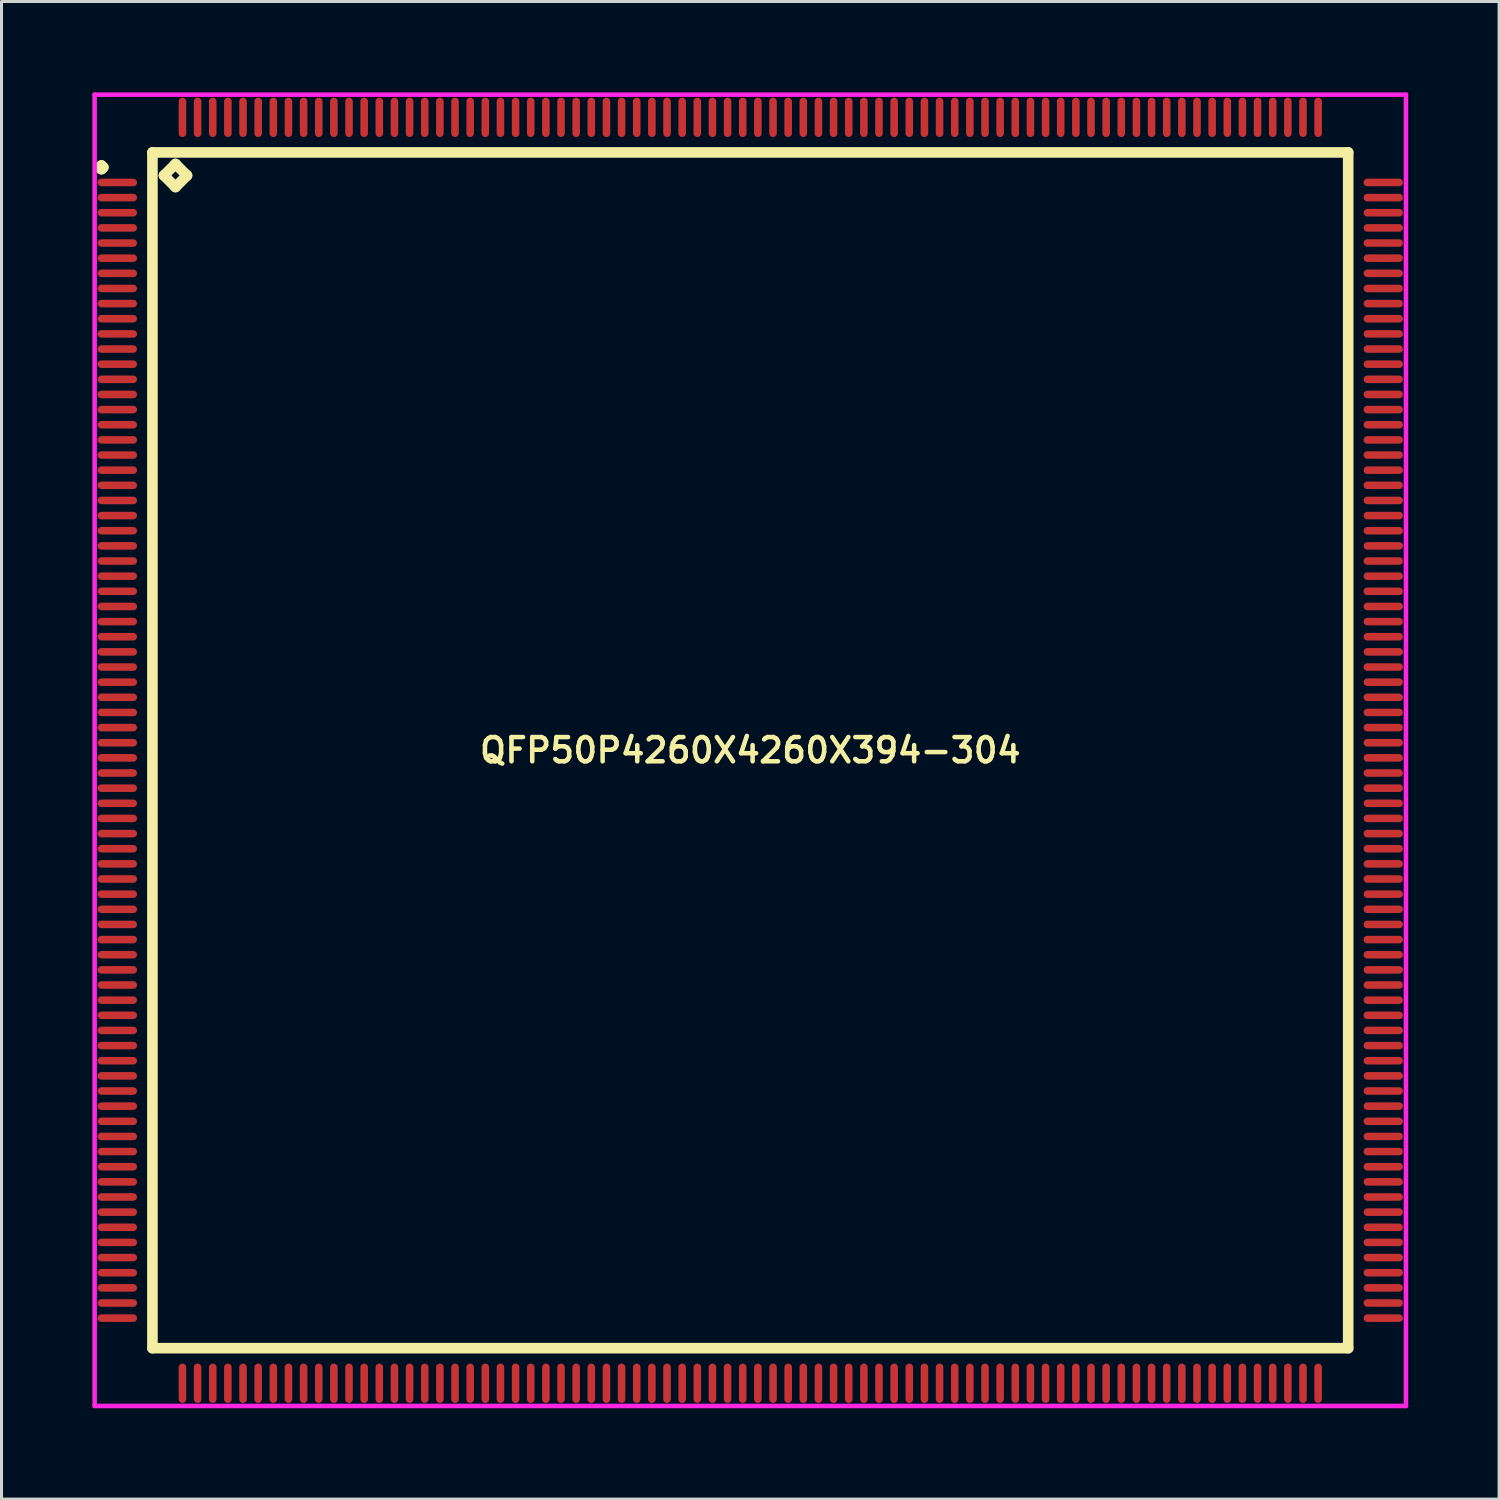
<source format=kicad_pcb>
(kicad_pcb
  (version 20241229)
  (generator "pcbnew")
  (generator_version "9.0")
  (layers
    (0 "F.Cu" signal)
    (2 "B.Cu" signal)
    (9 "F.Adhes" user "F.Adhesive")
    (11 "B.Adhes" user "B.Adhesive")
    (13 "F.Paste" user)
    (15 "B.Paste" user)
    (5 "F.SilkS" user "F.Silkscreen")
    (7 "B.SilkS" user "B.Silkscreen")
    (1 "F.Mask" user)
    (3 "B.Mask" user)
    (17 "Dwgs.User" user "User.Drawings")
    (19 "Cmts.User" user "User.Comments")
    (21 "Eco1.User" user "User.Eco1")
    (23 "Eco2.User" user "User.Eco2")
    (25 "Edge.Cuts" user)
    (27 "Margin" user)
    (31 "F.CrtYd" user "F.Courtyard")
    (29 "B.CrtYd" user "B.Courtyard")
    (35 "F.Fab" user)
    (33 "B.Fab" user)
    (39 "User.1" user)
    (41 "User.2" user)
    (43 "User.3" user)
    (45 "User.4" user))
  (footprint "QFP50P4260X4260X394-304"
    (layer "F.Cu")
    (at 21.725 21.725)
    (property "Reference" "QFP50P4260X4260X394-304" (at 0 0 0) (layer "F.SilkS") (effects (font (size 0.8 0.8) (thickness 0.15))))
    (attr smd)
    (fp_line (start -21.488 -19.25) (end -21.425 -19.312) (stroke (width 0.35) (type solid)) (layer "F.SilkS"))
    (fp_line (start -21.425 -19.312) (end -21.363 -19.25) (stroke (width 0.35) (type solid)) (layer "F.SilkS"))
    (fp_line (start -21.425 -19.188) (end -21.488 -19.25) (stroke (width 0.35) (type solid)) (layer "F.SilkS"))
    (fp_line (start -21.363 -19.25) (end -21.425 -19.188) (stroke (width 0.35) (type solid)) (layer "F.SilkS"))
    (fp_line (start -19.742 -19.742) (end -19.742 19.742) (stroke (width 0.35) (type solid)) (layer "F.SilkS"))
    (fp_line (start -19.742 19.742) (end 19.742 19.742) (stroke (width 0.35) (type solid)) (layer "F.SilkS"))
    (fp_line (start -19.361 -18.98) (end -18.98 -19.361) (stroke (width 0.35) (type solid)) (layer "F.SilkS"))
    (fp_line (start -18.98 -19.361) (end -18.599 -18.98) (stroke (width 0.35) (type solid)) (layer "F.SilkS"))
    (fp_line (start -18.98 -18.599) (end -19.361 -18.98) (stroke (width 0.35) (type solid)) (layer "F.SilkS"))
    (fp_line (start -18.599 -18.98) (end -18.98 -18.599) (stroke (width 0.35) (type solid)) (layer "F.SilkS"))
    (fp_line (start 19.742 -19.742) (end -19.742 -19.742) (stroke (width 0.35) (type solid)) (layer "F.SilkS"))
    (fp_line (start 19.742 19.742) (end 19.742 -19.742) (stroke (width 0.35) (type solid)) (layer "F.SilkS"))
    (fp_line (start -21.65 -21.65) (end 21.65 -21.65) (stroke (width 0.15) (type solid)) (layer "F.CrtYd"))
    (fp_line (start -21.65 21.65) (end -21.65 -21.65) (stroke (width 0.15) (type solid)) (layer "F.CrtYd"))
    (fp_line (start 21.65 -21.65) (end 21.65 21.65) (stroke (width 0.15) (type solid)) (layer "F.CrtYd"))
    (fp_line (start 21.65 21.65) (end -21.65 21.65) (stroke (width 0.15) (type solid)) (layer "F.CrtYd"))
    (pad "1" smd oval (at -20.9 -18.75) (size 1.3 0.25) (layers "F.Cu" "F.Mask" "F.Paste"))
    (pad "2" smd oval (at -20.9 -18.25) (size 1.3 0.25) (layers "F.Cu" "F.Mask" "F.Paste"))
    (pad "3" smd oval (at -20.9 -17.75) (size 1.3 0.25) (layers "F.Cu" "F.Mask" "F.Paste"))
    (pad "4" smd oval (at -20.9 -17.25) (size 1.3 0.25) (layers "F.Cu" "F.Mask" "F.Paste"))
    (pad "5" smd oval (at -20.9 -16.75) (size 1.3 0.25) (layers "F.Cu" "F.Mask" "F.Paste"))
    (pad "6" smd oval (at -20.9 -16.25) (size 1.3 0.25) (layers "F.Cu" "F.Mask" "F.Paste"))
    (pad "7" smd oval (at -20.9 -15.75) (size 1.3 0.25) (layers "F.Cu" "F.Mask" "F.Paste"))
    (pad "8" smd oval (at -20.9 -15.25) (size 1.3 0.25) (layers "F.Cu" "F.Mask" "F.Paste"))
    (pad "9" smd oval (at -20.9 -14.75) (size 1.3 0.25) (layers "F.Cu" "F.Mask" "F.Paste"))
    (pad "10" smd oval (at -20.9 -14.25) (size 1.3 0.25) (layers "F.Cu" "F.Mask" "F.Paste"))
    (pad "11" smd oval (at -20.9 -13.75) (size 1.3 0.25) (layers "F.Cu" "F.Mask" "F.Paste"))
    (pad "12" smd oval (at -20.9 -13.25) (size 1.3 0.25) (layers "F.Cu" "F.Mask" "F.Paste"))
    (pad "13" smd oval (at -20.9 -12.75) (size 1.3 0.25) (layers "F.Cu" "F.Mask" "F.Paste"))
    (pad "14" smd oval (at -20.9 -12.25) (size 1.3 0.25) (layers "F.Cu" "F.Mask" "F.Paste"))
    (pad "15" smd oval (at -20.9 -11.75) (size 1.3 0.25) (layers "F.Cu" "F.Mask" "F.Paste"))
    (pad "16" smd oval (at -20.9 -11.25) (size 1.3 0.25) (layers "F.Cu" "F.Mask" "F.Paste"))
    (pad "17" smd oval (at -20.9 -10.75) (size 1.3 0.25) (layers "F.Cu" "F.Mask" "F.Paste"))
    (pad "18" smd oval (at -20.9 -10.25) (size 1.3 0.25) (layers "F.Cu" "F.Mask" "F.Paste"))
    (pad "19" smd oval (at -20.9 -9.75) (size 1.3 0.25) (layers "F.Cu" "F.Mask" "F.Paste"))
    (pad "20" smd oval (at -20.9 -9.25) (size 1.3 0.25) (layers "F.Cu" "F.Mask" "F.Paste"))
    (pad "21" smd oval (at -20.9 -8.75) (size 1.3 0.25) (layers "F.Cu" "F.Mask" "F.Paste"))
    (pad "22" smd oval (at -20.9 -8.25) (size 1.3 0.25) (layers "F.Cu" "F.Mask" "F.Paste"))
    (pad "23" smd oval (at -20.9 -7.75) (size 1.3 0.25) (layers "F.Cu" "F.Mask" "F.Paste"))
    (pad "24" smd oval (at -20.9 -7.25) (size 1.3 0.25) (layers "F.Cu" "F.Mask" "F.Paste"))
    (pad "25" smd oval (at -20.9 -6.75) (size 1.3 0.25) (layers "F.Cu" "F.Mask" "F.Paste"))
    (pad "26" smd oval (at -20.9 -6.25) (size 1.3 0.25) (layers "F.Cu" "F.Mask" "F.Paste"))
    (pad "27" smd oval (at -20.9 -5.75) (size 1.3 0.25) (layers "F.Cu" "F.Mask" "F.Paste"))
    (pad "28" smd oval (at -20.9 -5.25) (size 1.3 0.25) (layers "F.Cu" "F.Mask" "F.Paste"))
    (pad "29" smd oval (at -20.9 -4.75) (size 1.3 0.25) (layers "F.Cu" "F.Mask" "F.Paste"))
    (pad "30" smd oval (at -20.9 -4.25) (size 1.3 0.25) (layers "F.Cu" "F.Mask" "F.Paste"))
    (pad "31" smd oval (at -20.9 -3.75) (size 1.3 0.25) (layers "F.Cu" "F.Mask" "F.Paste"))
    (pad "32" smd oval (at -20.9 -3.25) (size 1.3 0.25) (layers "F.Cu" "F.Mask" "F.Paste"))
    (pad "33" smd oval (at -20.9 -2.75) (size 1.3 0.25) (layers "F.Cu" "F.Mask" "F.Paste"))
    (pad "34" smd oval (at -20.9 -2.25) (size 1.3 0.25) (layers "F.Cu" "F.Mask" "F.Paste"))
    (pad "35" smd oval (at -20.9 -1.75) (size 1.3 0.25) (layers "F.Cu" "F.Mask" "F.Paste"))
    (pad "36" smd oval (at -20.9 -1.25) (size 1.3 0.25) (layers "F.Cu" "F.Mask" "F.Paste"))
    (pad "37" smd oval (at -20.9 -0.75) (size 1.3 0.25) (layers "F.Cu" "F.Mask" "F.Paste"))
    (pad "38" smd oval (at -20.9 -0.25) (size 1.3 0.25) (layers "F.Cu" "F.Mask" "F.Paste"))
    (pad "39" smd oval (at -20.9 0.25) (size 1.3 0.25) (layers "F.Cu" "F.Mask" "F.Paste"))
    (pad "40" smd oval (at -20.9 0.75) (size 1.3 0.25) (layers "F.Cu" "F.Mask" "F.Paste"))
    (pad "41" smd oval (at -20.9 1.25) (size 1.3 0.25) (layers "F.Cu" "F.Mask" "F.Paste"))
    (pad "42" smd oval (at -20.9 1.75) (size 1.3 0.25) (layers "F.Cu" "F.Mask" "F.Paste"))
    (pad "43" smd oval (at -20.9 2.25) (size 1.3 0.25) (layers "F.Cu" "F.Mask" "F.Paste"))
    (pad "44" smd oval (at -20.9 2.75) (size 1.3 0.25) (layers "F.Cu" "F.Mask" "F.Paste"))
    (pad "45" smd oval (at -20.9 3.25) (size 1.3 0.25) (layers "F.Cu" "F.Mask" "F.Paste"))
    (pad "46" smd oval (at -20.9 3.75) (size 1.3 0.25) (layers "F.Cu" "F.Mask" "F.Paste"))
    (pad "47" smd oval (at -20.9 4.25) (size 1.3 0.25) (layers "F.Cu" "F.Mask" "F.Paste"))
    (pad "48" smd oval (at -20.9 4.75) (size 1.3 0.25) (layers "F.Cu" "F.Mask" "F.Paste"))
    (pad "49" smd oval (at -20.9 5.25) (size 1.3 0.25) (layers "F.Cu" "F.Mask" "F.Paste"))
    (pad "50" smd oval (at -20.9 5.75) (size 1.3 0.25) (layers "F.Cu" "F.Mask" "F.Paste"))
    (pad "51" smd oval (at -20.9 6.25) (size 1.3 0.25) (layers "F.Cu" "F.Mask" "F.Paste"))
    (pad "52" smd oval (at -20.9 6.75) (size 1.3 0.25) (layers "F.Cu" "F.Mask" "F.Paste"))
    (pad "53" smd oval (at -20.9 7.25) (size 1.3 0.25) (layers "F.Cu" "F.Mask" "F.Paste"))
    (pad "54" smd oval (at -20.9 7.75) (size 1.3 0.25) (layers "F.Cu" "F.Mask" "F.Paste"))
    (pad "55" smd oval (at -20.9 8.25) (size 1.3 0.25) (layers "F.Cu" "F.Mask" "F.Paste"))
    (pad "56" smd oval (at -20.9 8.75) (size 1.3 0.25) (layers "F.Cu" "F.Mask" "F.Paste"))
    (pad "57" smd oval (at -20.9 9.25) (size 1.3 0.25) (layers "F.Cu" "F.Mask" "F.Paste"))
    (pad "58" smd oval (at -20.9 9.75) (size 1.3 0.25) (layers "F.Cu" "F.Mask" "F.Paste"))
    (pad "59" smd oval (at -20.9 10.25) (size 1.3 0.25) (layers "F.Cu" "F.Mask" "F.Paste"))
    (pad "60" smd oval (at -20.9 10.75) (size 1.3 0.25) (layers "F.Cu" "F.Mask" "F.Paste"))
    (pad "61" smd oval (at -20.9 11.25) (size 1.3 0.25) (layers "F.Cu" "F.Mask" "F.Paste"))
    (pad "62" smd oval (at -20.9 11.75) (size 1.3 0.25) (layers "F.Cu" "F.Mask" "F.Paste"))
    (pad "63" smd oval (at -20.9 12.25) (size 1.3 0.25) (layers "F.Cu" "F.Mask" "F.Paste"))
    (pad "64" smd oval (at -20.9 12.75) (size 1.3 0.25) (layers "F.Cu" "F.Mask" "F.Paste"))
    (pad "65" smd oval (at -20.9 13.25) (size 1.3 0.25) (layers "F.Cu" "F.Mask" "F.Paste"))
    (pad "66" smd oval (at -20.9 13.75) (size 1.3 0.25) (layers "F.Cu" "F.Mask" "F.Paste"))
    (pad "67" smd oval (at -20.9 14.25) (size 1.3 0.25) (layers "F.Cu" "F.Mask" "F.Paste"))
    (pad "68" smd oval (at -20.9 14.75) (size 1.3 0.25) (layers "F.Cu" "F.Mask" "F.Paste"))
    (pad "69" smd oval (at -20.9 15.25) (size 1.3 0.25) (layers "F.Cu" "F.Mask" "F.Paste"))
    (pad "70" smd oval (at -20.9 15.75) (size 1.3 0.25) (layers "F.Cu" "F.Mask" "F.Paste"))
    (pad "71" smd oval (at -20.9 16.25) (size 1.3 0.25) (layers "F.Cu" "F.Mask" "F.Paste"))
    (pad "72" smd oval (at -20.9 16.75) (size 1.3 0.25) (layers "F.Cu" "F.Mask" "F.Paste"))
    (pad "73" smd oval (at -20.9 17.25) (size 1.3 0.25) (layers "F.Cu" "F.Mask" "F.Paste"))
    (pad "74" smd oval (at -20.9 17.75) (size 1.3 0.25) (layers "F.Cu" "F.Mask" "F.Paste"))
    (pad "75" smd oval (at -20.9 18.25) (size 1.3 0.25) (layers "F.Cu" "F.Mask" "F.Paste"))
    (pad "76" smd oval (at -20.9 18.75) (size 1.3 0.25) (layers "F.Cu" "F.Mask" "F.Paste"))
    (pad "77" smd oval (at -18.75 20.9) (size 0.25 1.3) (layers "F.Cu" "F.Mask" "F.Paste"))
    (pad "78" smd oval (at -18.25 20.9) (size 0.25 1.3) (layers "F.Cu" "F.Mask" "F.Paste"))
    (pad "79" smd oval (at -17.75 20.9) (size 0.25 1.3) (layers "F.Cu" "F.Mask" "F.Paste"))
    (pad "80" smd oval (at -17.25 20.9) (size 0.25 1.3) (layers "F.Cu" "F.Mask" "F.Paste"))
    (pad "81" smd oval (at -16.75 20.9) (size 0.25 1.3) (layers "F.Cu" "F.Mask" "F.Paste"))
    (pad "82" smd oval (at -16.25 20.9) (size 0.25 1.3) (layers "F.Cu" "F.Mask" "F.Paste"))
    (pad "83" smd oval (at -15.75 20.9) (size 0.25 1.3) (layers "F.Cu" "F.Mask" "F.Paste"))
    (pad "84" smd oval (at -15.25 20.9) (size 0.25 1.3) (layers "F.Cu" "F.Mask" "F.Paste"))
    (pad "85" smd oval (at -14.75 20.9) (size 0.25 1.3) (layers "F.Cu" "F.Mask" "F.Paste"))
    (pad "86" smd oval (at -14.25 20.9) (size 0.25 1.3) (layers "F.Cu" "F.Mask" "F.Paste"))
    (pad "87" smd oval (at -13.75 20.9) (size 0.25 1.3) (layers "F.Cu" "F.Mask" "F.Paste"))
    (pad "88" smd oval (at -13.25 20.9) (size 0.25 1.3) (layers "F.Cu" "F.Mask" "F.Paste"))
    (pad "89" smd oval (at -12.75 20.9) (size 0.25 1.3) (layers "F.Cu" "F.Mask" "F.Paste"))
    (pad "90" smd oval (at -12.25 20.9) (size 0.25 1.3) (layers "F.Cu" "F.Mask" "F.Paste"))
    (pad "91" smd oval (at -11.75 20.9) (size 0.25 1.3) (layers "F.Cu" "F.Mask" "F.Paste"))
    (pad "92" smd oval (at -11.25 20.9) (size 0.25 1.3) (layers "F.Cu" "F.Mask" "F.Paste"))
    (pad "93" smd oval (at -10.75 20.9) (size 0.25 1.3) (layers "F.Cu" "F.Mask" "F.Paste"))
    (pad "94" smd oval (at -10.25 20.9) (size 0.25 1.3) (layers "F.Cu" "F.Mask" "F.Paste"))
    (pad "95" smd oval (at -9.75 20.9) (size 0.25 1.3) (layers "F.Cu" "F.Mask" "F.Paste"))
    (pad "96" smd oval (at -9.25 20.9) (size 0.25 1.3) (layers "F.Cu" "F.Mask" "F.Paste"))
    (pad "97" smd oval (at -8.75 20.9) (size 0.25 1.3) (layers "F.Cu" "F.Mask" "F.Paste"))
    (pad "98" smd oval (at -8.25 20.9) (size 0.25 1.3) (layers "F.Cu" "F.Mask" "F.Paste"))
    (pad "99" smd oval (at -7.75 20.9) (size 0.25 1.3) (layers "F.Cu" "F.Mask" "F.Paste"))
    (pad "100" smd oval (at -7.25 20.9) (size 0.25 1.3) (layers "F.Cu" "F.Mask" "F.Paste"))
    (pad "101" smd oval (at -6.75 20.9) (size 0.25 1.3) (layers "F.Cu" "F.Mask" "F.Paste"))
    (pad "102" smd oval (at -6.25 20.9) (size 0.25 1.3) (layers "F.Cu" "F.Mask" "F.Paste"))
    (pad "103" smd oval (at -5.75 20.9) (size 0.25 1.3) (layers "F.Cu" "F.Mask" "F.Paste"))
    (pad "104" smd oval (at -5.25 20.9) (size 0.25 1.3) (layers "F.Cu" "F.Mask" "F.Paste"))
    (pad "105" smd oval (at -4.75 20.9) (size 0.25 1.3) (layers "F.Cu" "F.Mask" "F.Paste"))
    (pad "106" smd oval (at -4.25 20.9) (size 0.25 1.3) (layers "F.Cu" "F.Mask" "F.Paste"))
    (pad "107" smd oval (at -3.75 20.9) (size 0.25 1.3) (layers "F.Cu" "F.Mask" "F.Paste"))
    (pad "108" smd oval (at -3.25 20.9) (size 0.25 1.3) (layers "F.Cu" "F.Mask" "F.Paste"))
    (pad "109" smd oval (at -2.75 20.9) (size 0.25 1.3) (layers "F.Cu" "F.Mask" "F.Paste"))
    (pad "110" smd oval (at -2.25 20.9) (size 0.25 1.3) (layers "F.Cu" "F.Mask" "F.Paste"))
    (pad "111" smd oval (at -1.75 20.9) (size 0.25 1.3) (layers "F.Cu" "F.Mask" "F.Paste"))
    (pad "112" smd oval (at -1.25 20.9) (size 0.25 1.3) (layers "F.Cu" "F.Mask" "F.Paste"))
    (pad "113" smd oval (at -0.75 20.9) (size 0.25 1.3) (layers "F.Cu" "F.Mask" "F.Paste"))
    (pad "114" smd oval (at -0.25 20.9) (size 0.25 1.3) (layers "F.Cu" "F.Mask" "F.Paste"))
    (pad "115" smd oval (at 0.25 20.9) (size 0.25 1.3) (layers "F.Cu" "F.Mask" "F.Paste"))
    (pad "116" smd oval (at 0.75 20.9) (size 0.25 1.3) (layers "F.Cu" "F.Mask" "F.Paste"))
    (pad "117" smd oval (at 1.25 20.9) (size 0.25 1.3) (layers "F.Cu" "F.Mask" "F.Paste"))
    (pad "118" smd oval (at 1.75 20.9) (size 0.25 1.3) (layers "F.Cu" "F.Mask" "F.Paste"))
    (pad "119" smd oval (at 2.25 20.9) (size 0.25 1.3) (layers "F.Cu" "F.Mask" "F.Paste"))
    (pad "120" smd oval (at 2.75 20.9) (size 0.25 1.3) (layers "F.Cu" "F.Mask" "F.Paste"))
    (pad "121" smd oval (at 3.25 20.9) (size 0.25 1.3) (layers "F.Cu" "F.Mask" "F.Paste"))
    (pad "122" smd oval (at 3.75 20.9) (size 0.25 1.3) (layers "F.Cu" "F.Mask" "F.Paste"))
    (pad "123" smd oval (at 4.25 20.9) (size 0.25 1.3) (layers "F.Cu" "F.Mask" "F.Paste"))
    (pad "124" smd oval (at 4.75 20.9) (size 0.25 1.3) (layers "F.Cu" "F.Mask" "F.Paste"))
    (pad "125" smd oval (at 5.25 20.9) (size 0.25 1.3) (layers "F.Cu" "F.Mask" "F.Paste"))
    (pad "126" smd oval (at 5.75 20.9) (size 0.25 1.3) (layers "F.Cu" "F.Mask" "F.Paste"))
    (pad "127" smd oval (at 6.25 20.9) (size 0.25 1.3) (layers "F.Cu" "F.Mask" "F.Paste"))
    (pad "128" smd oval (at 6.75 20.9) (size 0.25 1.3) (layers "F.Cu" "F.Mask" "F.Paste"))
    (pad "129" smd oval (at 7.25 20.9) (size 0.25 1.3) (layers "F.Cu" "F.Mask" "F.Paste"))
    (pad "130" smd oval (at 7.75 20.9) (size 0.25 1.3) (layers "F.Cu" "F.Mask" "F.Paste"))
    (pad "131" smd oval (at 8.25 20.9) (size 0.25 1.3) (layers "F.Cu" "F.Mask" "F.Paste"))
    (pad "132" smd oval (at 8.75 20.9) (size 0.25 1.3) (layers "F.Cu" "F.Mask" "F.Paste"))
    (pad "133" smd oval (at 9.25 20.9) (size 0.25 1.3) (layers "F.Cu" "F.Mask" "F.Paste"))
    (pad "134" smd oval (at 9.75 20.9) (size 0.25 1.3) (layers "F.Cu" "F.Mask" "F.Paste"))
    (pad "135" smd oval (at 10.25 20.9) (size 0.25 1.3) (layers "F.Cu" "F.Mask" "F.Paste"))
    (pad "136" smd oval (at 10.75 20.9) (size 0.25 1.3) (layers "F.Cu" "F.Mask" "F.Paste"))
    (pad "137" smd oval (at 11.25 20.9) (size 0.25 1.3) (layers "F.Cu" "F.Mask" "F.Paste"))
    (pad "138" smd oval (at 11.75 20.9) (size 0.25 1.3) (layers "F.Cu" "F.Mask" "F.Paste"))
    (pad "139" smd oval (at 12.25 20.9) (size 0.25 1.3) (layers "F.Cu" "F.Mask" "F.Paste"))
    (pad "140" smd oval (at 12.75 20.9) (size 0.25 1.3) (layers "F.Cu" "F.Mask" "F.Paste"))
    (pad "141" smd oval (at 13.25 20.9) (size 0.25 1.3) (layers "F.Cu" "F.Mask" "F.Paste"))
    (pad "142" smd oval (at 13.75 20.9) (size 0.25 1.3) (layers "F.Cu" "F.Mask" "F.Paste"))
    (pad "143" smd oval (at 14.25 20.9) (size 0.25 1.3) (layers "F.Cu" "F.Mask" "F.Paste"))
    (pad "144" smd oval (at 14.75 20.9) (size 0.25 1.3) (layers "F.Cu" "F.Mask" "F.Paste"))
    (pad "145" smd oval (at 15.25 20.9) (size 0.25 1.3) (layers "F.Cu" "F.Mask" "F.Paste"))
    (pad "146" smd oval (at 15.75 20.9) (size 0.25 1.3) (layers "F.Cu" "F.Mask" "F.Paste"))
    (pad "147" smd oval (at 16.25 20.9) (size 0.25 1.3) (layers "F.Cu" "F.Mask" "F.Paste"))
    (pad "148" smd oval (at 16.75 20.9) (size 0.25 1.3) (layers "F.Cu" "F.Mask" "F.Paste"))
    (pad "149" smd oval (at 17.25 20.9) (size 0.25 1.3) (layers "F.Cu" "F.Mask" "F.Paste"))
    (pad "150" smd oval (at 17.75 20.9) (size 0.25 1.3) (layers "F.Cu" "F.Mask" "F.Paste"))
    (pad "151" smd oval (at 18.25 20.9) (size 0.25 1.3) (layers "F.Cu" "F.Mask" "F.Paste"))
    (pad "152" smd oval (at 18.75 20.9) (size 0.25 1.3) (layers "F.Cu" "F.Mask" "F.Paste"))
    (pad "153" smd oval (at 20.9 18.75) (size 1.3 0.25) (layers "F.Cu" "F.Mask" "F.Paste"))
    (pad "154" smd oval (at 20.9 18.25) (size 1.3 0.25) (layers "F.Cu" "F.Mask" "F.Paste"))
    (pad "155" smd oval (at 20.9 17.75) (size 1.3 0.25) (layers "F.Cu" "F.Mask" "F.Paste"))
    (pad "156" smd oval (at 20.9 17.25) (size 1.3 0.25) (layers "F.Cu" "F.Mask" "F.Paste"))
    (pad "157" smd oval (at 20.9 16.75) (size 1.3 0.25) (layers "F.Cu" "F.Mask" "F.Paste"))
    (pad "158" smd oval (at 20.9 16.25) (size 1.3 0.25) (layers "F.Cu" "F.Mask" "F.Paste"))
    (pad "159" smd oval (at 20.9 15.75) (size 1.3 0.25) (layers "F.Cu" "F.Mask" "F.Paste"))
    (pad "160" smd oval (at 20.9 15.25) (size 1.3 0.25) (layers "F.Cu" "F.Mask" "F.Paste"))
    (pad "161" smd oval (at 20.9 14.75) (size 1.3 0.25) (layers "F.Cu" "F.Mask" "F.Paste"))
    (pad "162" smd oval (at 20.9 14.25) (size 1.3 0.25) (layers "F.Cu" "F.Mask" "F.Paste"))
    (pad "163" smd oval (at 20.9 13.75) (size 1.3 0.25) (layers "F.Cu" "F.Mask" "F.Paste"))
    (pad "164" smd oval (at 20.9 13.25) (size 1.3 0.25) (layers "F.Cu" "F.Mask" "F.Paste"))
    (pad "165" smd oval (at 20.9 12.75) (size 1.3 0.25) (layers "F.Cu" "F.Mask" "F.Paste"))
    (pad "166" smd oval (at 20.9 12.25) (size 1.3 0.25) (layers "F.Cu" "F.Mask" "F.Paste"))
    (pad "167" smd oval (at 20.9 11.75) (size 1.3 0.25) (layers "F.Cu" "F.Mask" "F.Paste"))
    (pad "168" smd oval (at 20.9 11.25) (size 1.3 0.25) (layers "F.Cu" "F.Mask" "F.Paste"))
    (pad "169" smd oval (at 20.9 10.75) (size 1.3 0.25) (layers "F.Cu" "F.Mask" "F.Paste"))
    (pad "170" smd oval (at 20.9 10.25) (size 1.3 0.25) (layers "F.Cu" "F.Mask" "F.Paste"))
    (pad "171" smd oval (at 20.9 9.75) (size 1.3 0.25) (layers "F.Cu" "F.Mask" "F.Paste"))
    (pad "172" smd oval (at 20.9 9.25) (size 1.3 0.25) (layers "F.Cu" "F.Mask" "F.Paste"))
    (pad "173" smd oval (at 20.9 8.75) (size 1.3 0.25) (layers "F.Cu" "F.Mask" "F.Paste"))
    (pad "174" smd oval (at 20.9 8.25) (size 1.3 0.25) (layers "F.Cu" "F.Mask" "F.Paste"))
    (pad "175" smd oval (at 20.9 7.75) (size 1.3 0.25) (layers "F.Cu" "F.Mask" "F.Paste"))
    (pad "176" smd oval (at 20.9 7.25) (size 1.3 0.25) (layers "F.Cu" "F.Mask" "F.Paste"))
    (pad "177" smd oval (at 20.9 6.75) (size 1.3 0.25) (layers "F.Cu" "F.Mask" "F.Paste"))
    (pad "178" smd oval (at 20.9 6.25) (size 1.3 0.25) (layers "F.Cu" "F.Mask" "F.Paste"))
    (pad "179" smd oval (at 20.9 5.75) (size 1.3 0.25) (layers "F.Cu" "F.Mask" "F.Paste"))
    (pad "180" smd oval (at 20.9 5.25) (size 1.3 0.25) (layers "F.Cu" "F.Mask" "F.Paste"))
    (pad "181" smd oval (at 20.9 4.75) (size 1.3 0.25) (layers "F.Cu" "F.Mask" "F.Paste"))
    (pad "182" smd oval (at 20.9 4.25) (size 1.3 0.25) (layers "F.Cu" "F.Mask" "F.Paste"))
    (pad "183" smd oval (at 20.9 3.75) (size 1.3 0.25) (layers "F.Cu" "F.Mask" "F.Paste"))
    (pad "184" smd oval (at 20.9 3.25) (size 1.3 0.25) (layers "F.Cu" "F.Mask" "F.Paste"))
    (pad "185" smd oval (at 20.9 2.75) (size 1.3 0.25) (layers "F.Cu" "F.Mask" "F.Paste"))
    (pad "186" smd oval (at 20.9 2.25) (size 1.3 0.25) (layers "F.Cu" "F.Mask" "F.Paste"))
    (pad "187" smd oval (at 20.9 1.75) (size 1.3 0.25) (layers "F.Cu" "F.Mask" "F.Paste"))
    (pad "188" smd oval (at 20.9 1.25) (size 1.3 0.25) (layers "F.Cu" "F.Mask" "F.Paste"))
    (pad "189" smd oval (at 20.9 0.75) (size 1.3 0.25) (layers "F.Cu" "F.Mask" "F.Paste"))
    (pad "190" smd oval (at 20.9 0.25) (size 1.3 0.25) (layers "F.Cu" "F.Mask" "F.Paste"))
    (pad "191" smd oval (at 20.9 -0.25) (size 1.3 0.25) (layers "F.Cu" "F.Mask" "F.Paste"))
    (pad "192" smd oval (at 20.9 -0.75) (size 1.3 0.25) (layers "F.Cu" "F.Mask" "F.Paste"))
    (pad "193" smd oval (at 20.9 -1.25) (size 1.3 0.25) (layers "F.Cu" "F.Mask" "F.Paste"))
    (pad "194" smd oval (at 20.9 -1.75) (size 1.3 0.25) (layers "F.Cu" "F.Mask" "F.Paste"))
    (pad "195" smd oval (at 20.9 -2.25) (size 1.3 0.25) (layers "F.Cu" "F.Mask" "F.Paste"))
    (pad "196" smd oval (at 20.9 -2.75) (size 1.3 0.25) (layers "F.Cu" "F.Mask" "F.Paste"))
    (pad "197" smd oval (at 20.9 -3.25) (size 1.3 0.25) (layers "F.Cu" "F.Mask" "F.Paste"))
    (pad "198" smd oval (at 20.9 -3.75) (size 1.3 0.25) (layers "F.Cu" "F.Mask" "F.Paste"))
    (pad "199" smd oval (at 20.9 -4.25) (size 1.3 0.25) (layers "F.Cu" "F.Mask" "F.Paste"))
    (pad "200" smd oval (at 20.9 -4.75) (size 1.3 0.25) (layers "F.Cu" "F.Mask" "F.Paste"))
    (pad "201" smd oval (at 20.9 -5.25) (size 1.3 0.25) (layers "F.Cu" "F.Mask" "F.Paste"))
    (pad "202" smd oval (at 20.9 -5.75) (size 1.3 0.25) (layers "F.Cu" "F.Mask" "F.Paste"))
    (pad "203" smd oval (at 20.9 -6.25) (size 1.3 0.25) (layers "F.Cu" "F.Mask" "F.Paste"))
    (pad "204" smd oval (at 20.9 -6.75) (size 1.3 0.25) (layers "F.Cu" "F.Mask" "F.Paste"))
    (pad "205" smd oval (at 20.9 -7.25) (size 1.3 0.25) (layers "F.Cu" "F.Mask" "F.Paste"))
    (pad "206" smd oval (at 20.9 -7.75) (size 1.3 0.25) (layers "F.Cu" "F.Mask" "F.Paste"))
    (pad "207" smd oval (at 20.9 -8.25) (size 1.3 0.25) (layers "F.Cu" "F.Mask" "F.Paste"))
    (pad "208" smd oval (at 20.9 -8.75) (size 1.3 0.25) (layers "F.Cu" "F.Mask" "F.Paste"))
    (pad "209" smd oval (at 20.9 -9.25) (size 1.3 0.25) (layers "F.Cu" "F.Mask" "F.Paste"))
    (pad "210" smd oval (at 20.9 -9.75) (size 1.3 0.25) (layers "F.Cu" "F.Mask" "F.Paste"))
    (pad "211" smd oval (at 20.9 -10.25) (size 1.3 0.25) (layers "F.Cu" "F.Mask" "F.Paste"))
    (pad "212" smd oval (at 20.9 -10.75) (size 1.3 0.25) (layers "F.Cu" "F.Mask" "F.Paste"))
    (pad "213" smd oval (at 20.9 -11.25) (size 1.3 0.25) (layers "F.Cu" "F.Mask" "F.Paste"))
    (pad "214" smd oval (at 20.9 -11.75) (size 1.3 0.25) (layers "F.Cu" "F.Mask" "F.Paste"))
    (pad "215" smd oval (at 20.9 -12.25) (size 1.3 0.25) (layers "F.Cu" "F.Mask" "F.Paste"))
    (pad "216" smd oval (at 20.9 -12.75) (size 1.3 0.25) (layers "F.Cu" "F.Mask" "F.Paste"))
    (pad "217" smd oval (at 20.9 -13.25) (size 1.3 0.25) (layers "F.Cu" "F.Mask" "F.Paste"))
    (pad "218" smd oval (at 20.9 -13.75) (size 1.3 0.25) (layers "F.Cu" "F.Mask" "F.Paste"))
    (pad "219" smd oval (at 20.9 -14.25) (size 1.3 0.25) (layers "F.Cu" "F.Mask" "F.Paste"))
    (pad "220" smd oval (at 20.9 -14.75) (size 1.3 0.25) (layers "F.Cu" "F.Mask" "F.Paste"))
    (pad "221" smd oval (at 20.9 -15.25) (size 1.3 0.25) (layers "F.Cu" "F.Mask" "F.Paste"))
    (pad "222" smd oval (at 20.9 -15.75) (size 1.3 0.25) (layers "F.Cu" "F.Mask" "F.Paste"))
    (pad "223" smd oval (at 20.9 -16.25) (size 1.3 0.25) (layers "F.Cu" "F.Mask" "F.Paste"))
    (pad "224" smd oval (at 20.9 -16.75) (size 1.3 0.25) (layers "F.Cu" "F.Mask" "F.Paste"))
    (pad "225" smd oval (at 20.9 -17.25) (size 1.3 0.25) (layers "F.Cu" "F.Mask" "F.Paste"))
    (pad "226" smd oval (at 20.9 -17.75) (size 1.3 0.25) (layers "F.Cu" "F.Mask" "F.Paste"))
    (pad "227" smd oval (at 20.9 -18.25) (size 1.3 0.25) (layers "F.Cu" "F.Mask" "F.Paste"))
    (pad "228" smd oval (at 20.9 -18.75) (size 1.3 0.25) (layers "F.Cu" "F.Mask" "F.Paste"))
    (pad "229" smd oval (at 18.75 -20.9) (size 0.25 1.3) (layers "F.Cu" "F.Mask" "F.Paste"))
    (pad "230" smd oval (at 18.25 -20.9) (size 0.25 1.3) (layers "F.Cu" "F.Mask" "F.Paste"))
    (pad "231" smd oval (at 17.75 -20.9) (size 0.25 1.3) (layers "F.Cu" "F.Mask" "F.Paste"))
    (pad "232" smd oval (at 17.25 -20.9) (size 0.25 1.3) (layers "F.Cu" "F.Mask" "F.Paste"))
    (pad "233" smd oval (at 16.75 -20.9) (size 0.25 1.3) (layers "F.Cu" "F.Mask" "F.Paste"))
    (pad "234" smd oval (at 16.25 -20.9) (size 0.25 1.3) (layers "F.Cu" "F.Mask" "F.Paste"))
    (pad "235" smd oval (at 15.75 -20.9) (size 0.25 1.3) (layers "F.Cu" "F.Mask" "F.Paste"))
    (pad "236" smd oval (at 15.25 -20.9) (size 0.25 1.3) (layers "F.Cu" "F.Mask" "F.Paste"))
    (pad "237" smd oval (at 14.75 -20.9) (size 0.25 1.3) (layers "F.Cu" "F.Mask" "F.Paste"))
    (pad "238" smd oval (at 14.25 -20.9) (size 0.25 1.3) (layers "F.Cu" "F.Mask" "F.Paste"))
    (pad "239" smd oval (at 13.75 -20.9) (size 0.25 1.3) (layers "F.Cu" "F.Mask" "F.Paste"))
    (pad "240" smd oval (at 13.25 -20.9) (size 0.25 1.3) (layers "F.Cu" "F.Mask" "F.Paste"))
    (pad "241" smd oval (at 12.75 -20.9) (size 0.25 1.3) (layers "F.Cu" "F.Mask" "F.Paste"))
    (pad "242" smd oval (at 12.25 -20.9) (size 0.25 1.3) (layers "F.Cu" "F.Mask" "F.Paste"))
    (pad "243" smd oval (at 11.75 -20.9) (size 0.25 1.3) (layers "F.Cu" "F.Mask" "F.Paste"))
    (pad "244" smd oval (at 11.25 -20.9) (size 0.25 1.3) (layers "F.Cu" "F.Mask" "F.Paste"))
    (pad "245" smd oval (at 10.75 -20.9) (size 0.25 1.3) (layers "F.Cu" "F.Mask" "F.Paste"))
    (pad "246" smd oval (at 10.25 -20.9) (size 0.25 1.3) (layers "F.Cu" "F.Mask" "F.Paste"))
    (pad "247" smd oval (at 9.75 -20.9) (size 0.25 1.3) (layers "F.Cu" "F.Mask" "F.Paste"))
    (pad "248" smd oval (at 9.25 -20.9) (size 0.25 1.3) (layers "F.Cu" "F.Mask" "F.Paste"))
    (pad "249" smd oval (at 8.75 -20.9) (size 0.25 1.3) (layers "F.Cu" "F.Mask" "F.Paste"))
    (pad "250" smd oval (at 8.25 -20.9) (size 0.25 1.3) (layers "F.Cu" "F.Mask" "F.Paste"))
    (pad "251" smd oval (at 7.75 -20.9) (size 0.25 1.3) (layers "F.Cu" "F.Mask" "F.Paste"))
    (pad "252" smd oval (at 7.25 -20.9) (size 0.25 1.3) (layers "F.Cu" "F.Mask" "F.Paste"))
    (pad "253" smd oval (at 6.75 -20.9) (size 0.25 1.3) (layers "F.Cu" "F.Mask" "F.Paste"))
    (pad "254" smd oval (at 6.25 -20.9) (size 0.25 1.3) (layers "F.Cu" "F.Mask" "F.Paste"))
    (pad "255" smd oval (at 5.75 -20.9) (size 0.25 1.3) (layers "F.Cu" "F.Mask" "F.Paste"))
    (pad "256" smd oval (at 5.25 -20.9) (size 0.25 1.3) (layers "F.Cu" "F.Mask" "F.Paste"))
    (pad "257" smd oval (at 4.75 -20.9) (size 0.25 1.3) (layers "F.Cu" "F.Mask" "F.Paste"))
    (pad "258" smd oval (at 4.25 -20.9) (size 0.25 1.3) (layers "F.Cu" "F.Mask" "F.Paste"))
    (pad "259" smd oval (at 3.75 -20.9) (size 0.25 1.3) (layers "F.Cu" "F.Mask" "F.Paste"))
    (pad "260" smd oval (at 3.25 -20.9) (size 0.25 1.3) (layers "F.Cu" "F.Mask" "F.Paste"))
    (pad "261" smd oval (at 2.75 -20.9) (size 0.25 1.3) (layers "F.Cu" "F.Mask" "F.Paste"))
    (pad "262" smd oval (at 2.25 -20.9) (size 0.25 1.3) (layers "F.Cu" "F.Mask" "F.Paste"))
    (pad "263" smd oval (at 1.75 -20.9) (size 0.25 1.3) (layers "F.Cu" "F.Mask" "F.Paste"))
    (pad "264" smd oval (at 1.25 -20.9) (size 0.25 1.3) (layers "F.Cu" "F.Mask" "F.Paste"))
    (pad "265" smd oval (at 0.75 -20.9) (size 0.25 1.3) (layers "F.Cu" "F.Mask" "F.Paste"))
    (pad "266" smd oval (at 0.25 -20.9) (size 0.25 1.3) (layers "F.Cu" "F.Mask" "F.Paste"))
    (pad "267" smd oval (at -0.25 -20.9) (size 0.25 1.3) (layers "F.Cu" "F.Mask" "F.Paste"))
    (pad "268" smd oval (at -0.75 -20.9) (size 0.25 1.3) (layers "F.Cu" "F.Mask" "F.Paste"))
    (pad "269" smd oval (at -1.25 -20.9) (size 0.25 1.3) (layers "F.Cu" "F.Mask" "F.Paste"))
    (pad "270" smd oval (at -1.75 -20.9) (size 0.25 1.3) (layers "F.Cu" "F.Mask" "F.Paste"))
    (pad "271" smd oval (at -2.25 -20.9) (size 0.25 1.3) (layers "F.Cu" "F.Mask" "F.Paste"))
    (pad "272" smd oval (at -2.75 -20.9) (size 0.25 1.3) (layers "F.Cu" "F.Mask" "F.Paste"))
    (pad "273" smd oval (at -3.25 -20.9) (size 0.25 1.3) (layers "F.Cu" "F.Mask" "F.Paste"))
    (pad "274" smd oval (at -3.75 -20.9) (size 0.25 1.3) (layers "F.Cu" "F.Mask" "F.Paste"))
    (pad "275" smd oval (at -4.25 -20.9) (size 0.25 1.3) (layers "F.Cu" "F.Mask" "F.Paste"))
    (pad "276" smd oval (at -4.75 -20.9) (size 0.25 1.3) (layers "F.Cu" "F.Mask" "F.Paste"))
    (pad "277" smd oval (at -5.25 -20.9) (size 0.25 1.3) (layers "F.Cu" "F.Mask" "F.Paste"))
    (pad "278" smd oval (at -5.75 -20.9) (size 0.25 1.3) (layers "F.Cu" "F.Mask" "F.Paste"))
    (pad "279" smd oval (at -6.25 -20.9) (size 0.25 1.3) (layers "F.Cu" "F.Mask" "F.Paste"))
    (pad "280" smd oval (at -6.75 -20.9) (size 0.25 1.3) (layers "F.Cu" "F.Mask" "F.Paste"))
    (pad "281" smd oval (at -7.25 -20.9) (size 0.25 1.3) (layers "F.Cu" "F.Mask" "F.Paste"))
    (pad "282" smd oval (at -7.75 -20.9) (size 0.25 1.3) (layers "F.Cu" "F.Mask" "F.Paste"))
    (pad "283" smd oval (at -8.25 -20.9) (size 0.25 1.3) (layers "F.Cu" "F.Mask" "F.Paste"))
    (pad "284" smd oval (at -8.75 -20.9) (size 0.25 1.3) (layers "F.Cu" "F.Mask" "F.Paste"))
    (pad "285" smd oval (at -9.25 -20.9) (size 0.25 1.3) (layers "F.Cu" "F.Mask" "F.Paste"))
    (pad "286" smd oval (at -9.75 -20.9) (size 0.25 1.3) (layers "F.Cu" "F.Mask" "F.Paste"))
    (pad "287" smd oval (at -10.25 -20.9) (size 0.25 1.3) (layers "F.Cu" "F.Mask" "F.Paste"))
    (pad "288" smd oval (at -10.75 -20.9) (size 0.25 1.3) (layers "F.Cu" "F.Mask" "F.Paste"))
    (pad "289" smd oval (at -11.25 -20.9) (size 0.25 1.3) (layers "F.Cu" "F.Mask" "F.Paste"))
    (pad "290" smd oval (at -11.75 -20.9) (size 0.25 1.3) (layers "F.Cu" "F.Mask" "F.Paste"))
    (pad "291" smd oval (at -12.25 -20.9) (size 0.25 1.3) (layers "F.Cu" "F.Mask" "F.Paste"))
    (pad "292" smd oval (at -12.75 -20.9) (size 0.25 1.3) (layers "F.Cu" "F.Mask" "F.Paste"))
    (pad "293" smd oval (at -13.25 -20.9) (size 0.25 1.3) (layers "F.Cu" "F.Mask" "F.Paste"))
    (pad "294" smd oval (at -13.75 -20.9) (size 0.25 1.3) (layers "F.Cu" "F.Mask" "F.Paste"))
    (pad "295" smd oval (at -14.25 -20.9) (size 0.25 1.3) (layers "F.Cu" "F.Mask" "F.Paste"))
    (pad "296" smd oval (at -14.75 -20.9) (size 0.25 1.3) (layers "F.Cu" "F.Mask" "F.Paste"))
    (pad "297" smd oval (at -15.25 -20.9) (size 0.25 1.3) (layers "F.Cu" "F.Mask" "F.Paste"))
    (pad "298" smd oval (at -15.75 -20.9) (size 0.25 1.3) (layers "F.Cu" "F.Mask" "F.Paste"))
    (pad "299" smd oval (at -16.25 -20.9) (size 0.25 1.3) (layers "F.Cu" "F.Mask" "F.Paste"))
    (pad "300" smd oval (at -16.75 -20.9) (size 0.25 1.3) (layers "F.Cu" "F.Mask" "F.Paste"))
    (pad "301" smd oval (at -17.25 -20.9) (size 0.25 1.3) (layers "F.Cu" "F.Mask" "F.Paste"))
    (pad "302" smd oval (at -17.75 -20.9) (size 0.25 1.3) (layers "F.Cu" "F.Mask" "F.Paste"))
    (pad "303" smd oval (at -18.25 -20.9) (size 0.25 1.3) (layers "F.Cu" "F.Mask" "F.Paste"))
    (pad "304" smd oval (at -18.75 -20.9) (size 0.25 1.3) (layers "F.Cu" "F.Mask" "F.Paste")))
  (gr_rect
    (start -3 -3)
    (end 46.45 46.45)
    (stroke (width 0.1) (type default))
    (fill no)
    (layer "Edge.Cuts")))
</source>
